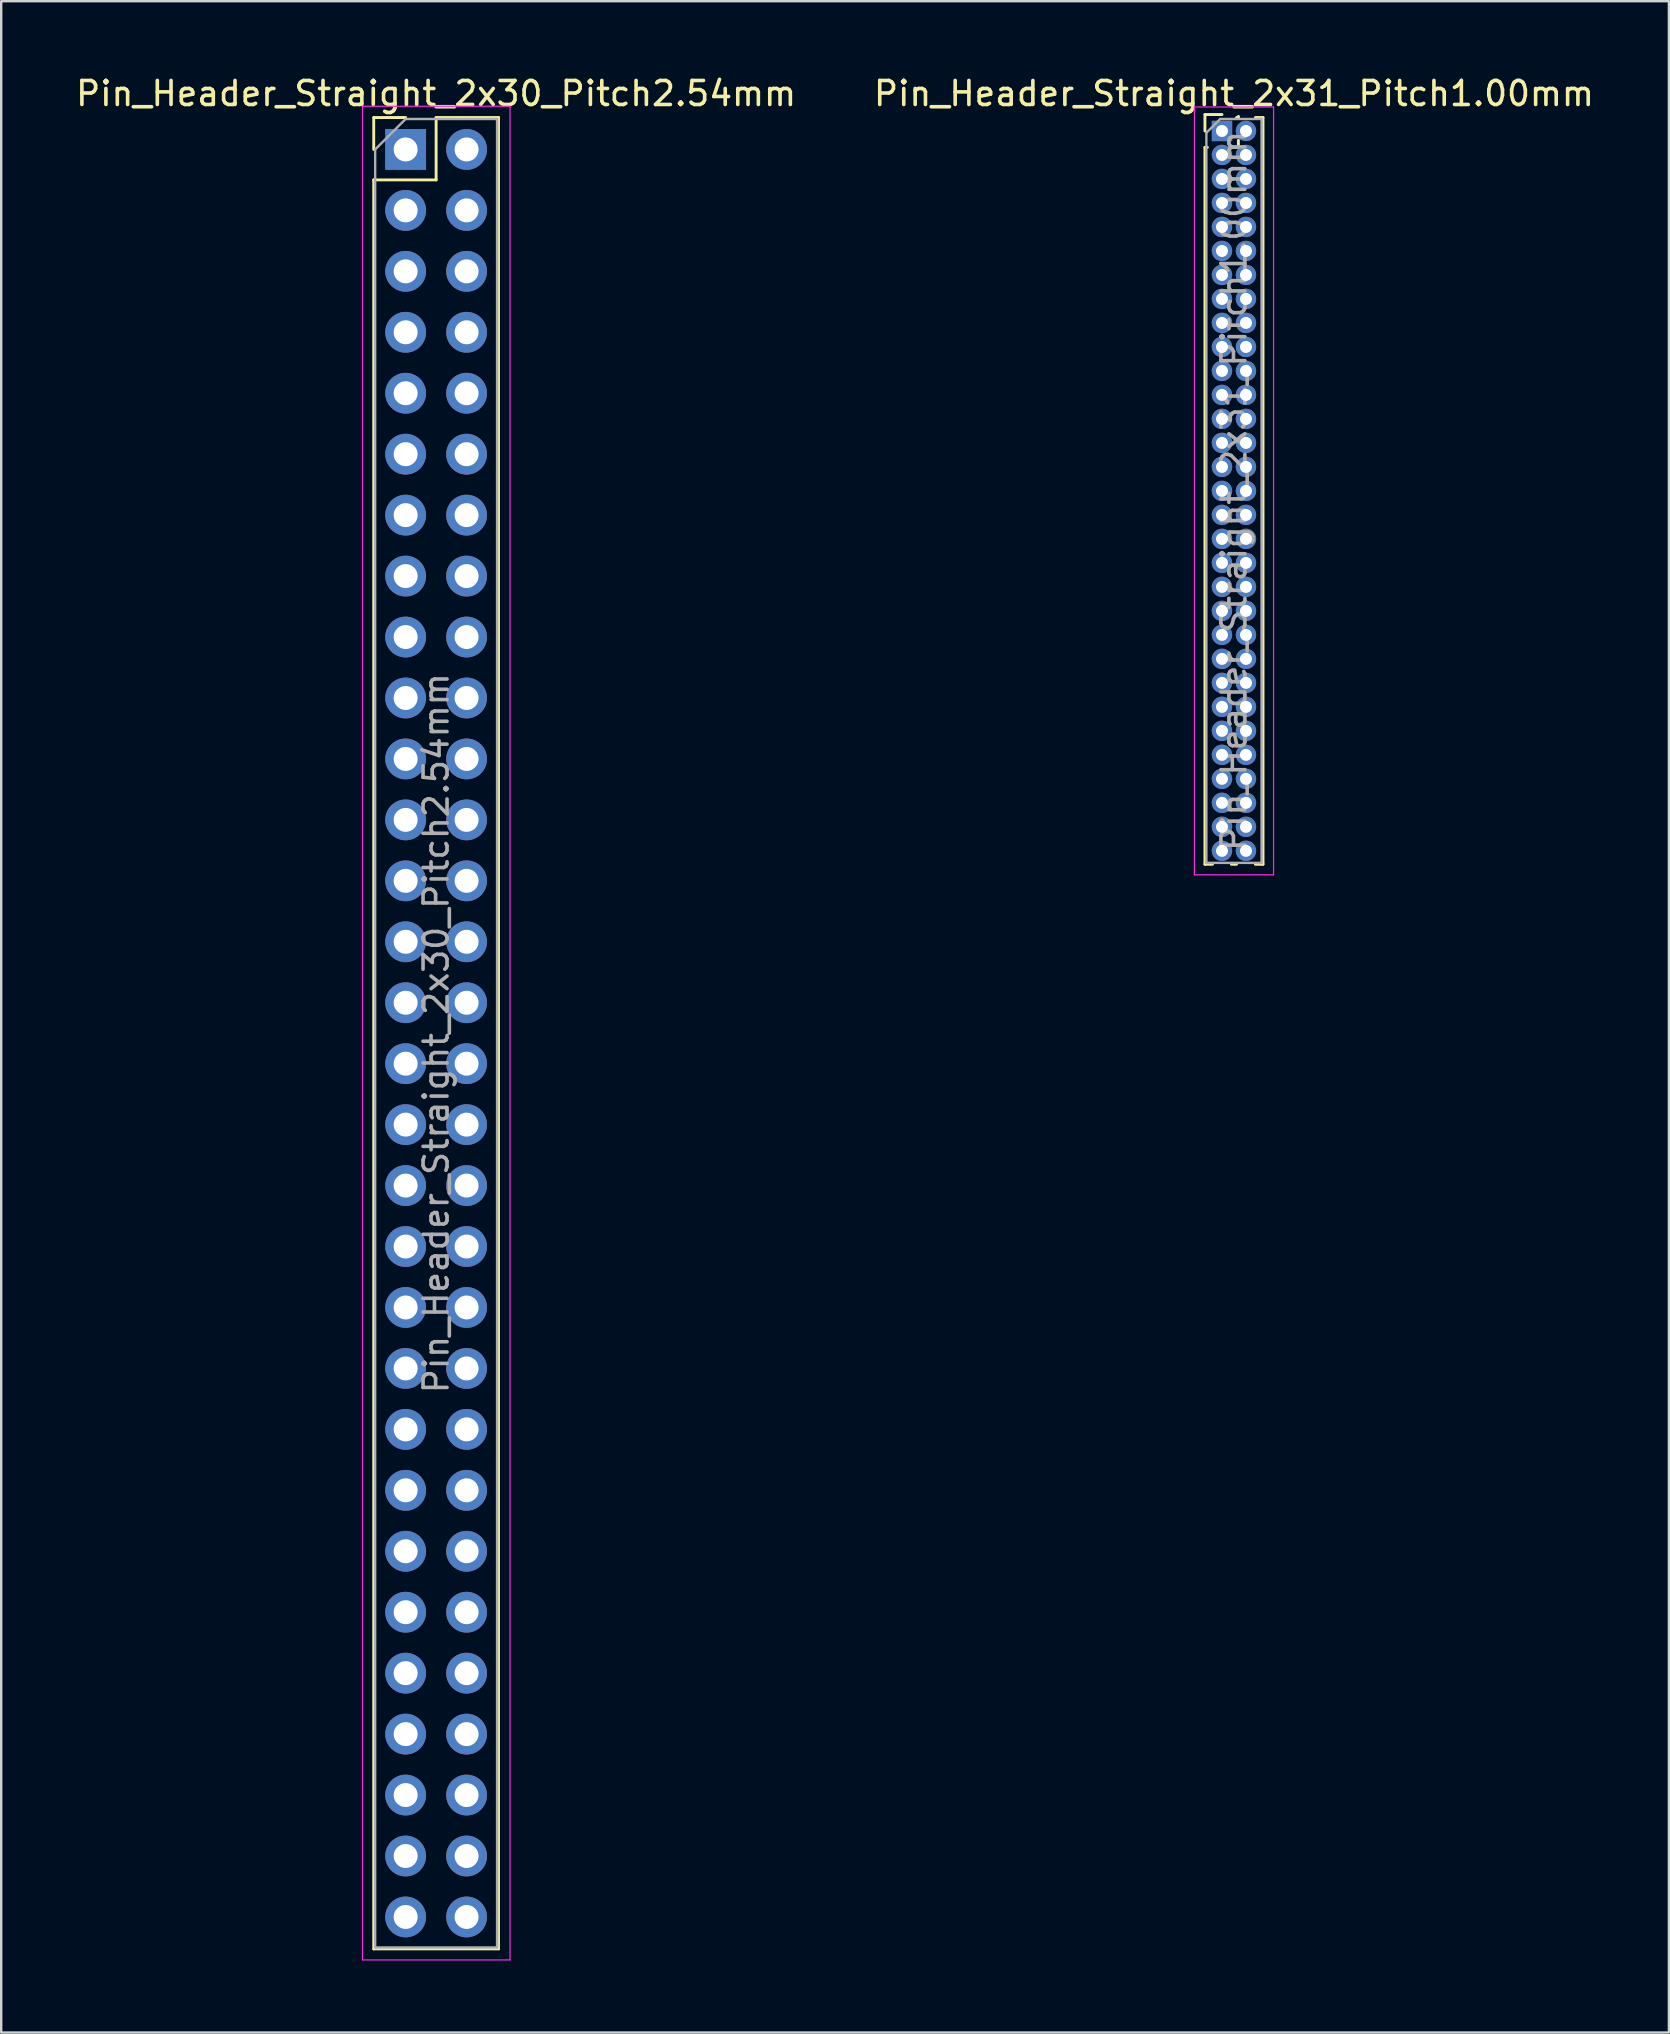
<source format=kicad_pcb>
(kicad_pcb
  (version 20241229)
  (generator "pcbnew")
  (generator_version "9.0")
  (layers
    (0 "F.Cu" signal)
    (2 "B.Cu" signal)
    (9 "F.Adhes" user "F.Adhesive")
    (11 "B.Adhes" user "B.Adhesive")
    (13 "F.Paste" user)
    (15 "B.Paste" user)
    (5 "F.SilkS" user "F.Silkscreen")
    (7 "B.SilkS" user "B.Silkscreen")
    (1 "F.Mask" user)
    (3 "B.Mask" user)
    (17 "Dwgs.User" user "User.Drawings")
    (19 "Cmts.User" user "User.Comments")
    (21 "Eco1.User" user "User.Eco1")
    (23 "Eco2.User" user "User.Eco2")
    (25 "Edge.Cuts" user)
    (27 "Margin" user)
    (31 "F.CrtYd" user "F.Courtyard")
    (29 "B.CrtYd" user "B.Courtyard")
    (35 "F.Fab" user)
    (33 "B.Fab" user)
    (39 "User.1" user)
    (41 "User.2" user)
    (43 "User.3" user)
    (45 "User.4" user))
  (footprint "Pin_Header_Straight_2x30_Pitch2.54mm"
    (layer "F.Cu")
    (at 13.855 3.178)
    (property "Reference" "Pin_Header_Straight_2x30_Pitch2.54mm" (at 1.27 -2.33 0) (layer "F.SilkS") (effects (font (size 1 1) (thickness 0.15))))
    (attr through_hole)
    (fp_line (start -1.33 -1.33) (end 0 -1.33) (stroke (width 0.12) (type solid)) (layer "F.SilkS"))
    (fp_line (start -1.33 0) (end -1.33 -1.33) (stroke (width 0.12) (type solid)) (layer "F.SilkS"))
    (fp_line (start -1.33 1.27) (end -1.33 74.99) (stroke (width 0.12) (type solid)) (layer "F.SilkS"))
    (fp_line (start -1.33 74.99) (end 3.87 74.99) (stroke (width 0.12) (type solid)) (layer "F.SilkS"))
    (fp_line (start 1.27 -1.33) (end 1.27 1.27) (stroke (width 0.12) (type solid)) (layer "F.SilkS"))
    (fp_line (start 1.27 1.27) (end -1.33 1.27) (stroke (width 0.12) (type solid)) (layer "F.SilkS"))
    (fp_line (start 3.87 -1.33) (end 1.27 -1.33) (stroke (width 0.12) (type solid)) (layer "F.SilkS"))
    (fp_line (start 3.87 74.99) (end 3.87 -1.33) (stroke (width 0.12) (type solid)) (layer "F.SilkS"))
    (fp_line (start -1.8 -1.8) (end -1.8 75.45) (stroke (width 0.05) (type solid)) (layer "F.CrtYd"))
    (fp_line (start -1.8 75.45) (end 4.35 75.45) (stroke (width 0.05) (type solid)) (layer "F.CrtYd"))
    (fp_line (start 4.35 -1.8) (end -1.8 -1.8) (stroke (width 0.05) (type solid)) (layer "F.CrtYd"))
    (fp_line (start 4.35 75.45) (end 4.35 -1.8) (stroke (width 0.05) (type solid)) (layer "F.CrtYd"))
    (fp_line (start -1.27 0) (end 0 -1.27) (stroke (width 0.1) (type solid)) (layer "F.Fab"))
    (fp_line (start -1.27 74.93) (end -1.27 0) (stroke (width 0.1) (type solid)) (layer "F.Fab"))
    (fp_line (start 0 -1.27) (end 3.81 -1.27) (stroke (width 0.1) (type solid)) (layer "F.Fab"))
    (fp_line (start 3.81 -1.27) (end 3.81 74.93) (stroke (width 0.1) (type solid)) (layer "F.Fab"))
    (fp_line (start 3.81 74.93) (end -1.27 74.93) (stroke (width 0.1) (type solid)) (layer "F.Fab"))
    (fp_text user "${REFERENCE}" (at 1.27 36.83 90) (layer "F.Fab") (effects (font (size 1 1) (thickness 0.15))))
    (pad "1" thru_hole rect (at 0 0) (size 1.7 1.7) (drill 1) (layers "*.Cu" "*.Mask"))
    (pad "2" thru_hole oval (at 2.54 0) (size 1.7 1.7) (drill 1) (layers "*.Cu" "*.Mask"))
    (pad "3" thru_hole oval (at 0 2.54) (size 1.7 1.7) (drill 1) (layers "*.Cu" "*.Mask"))
    (pad "4" thru_hole oval (at 2.54 2.54) (size 1.7 1.7) (drill 1) (layers "*.Cu" "*.Mask"))
    (pad "5" thru_hole oval (at 0 5.08) (size 1.7 1.7) (drill 1) (layers "*.Cu" "*.Mask"))
    (pad "6" thru_hole oval (at 2.54 5.08) (size 1.7 1.7) (drill 1) (layers "*.Cu" "*.Mask"))
    (pad "7" thru_hole oval (at 0 7.62) (size 1.7 1.7) (drill 1) (layers "*.Cu" "*.Mask"))
    (pad "8" thru_hole oval (at 2.54 7.62) (size 1.7 1.7) (drill 1) (layers "*.Cu" "*.Mask"))
    (pad "9" thru_hole oval (at 0 10.16) (size 1.7 1.7) (drill 1) (layers "*.Cu" "*.Mask"))
    (pad "10" thru_hole oval (at 2.54 10.16) (size 1.7 1.7) (drill 1) (layers "*.Cu" "*.Mask"))
    (pad "11" thru_hole oval (at 0 12.7) (size 1.7 1.7) (drill 1) (layers "*.Cu" "*.Mask"))
    (pad "12" thru_hole oval (at 2.54 12.7) (size 1.7 1.7) (drill 1) (layers "*.Cu" "*.Mask"))
    (pad "13" thru_hole oval (at 0 15.24) (size 1.7 1.7) (drill 1) (layers "*.Cu" "*.Mask"))
    (pad "14" thru_hole oval (at 2.54 15.24) (size 1.7 1.7) (drill 1) (layers "*.Cu" "*.Mask"))
    (pad "15" thru_hole oval (at 0 17.78) (size 1.7 1.7) (drill 1) (layers "*.Cu" "*.Mask"))
    (pad "16" thru_hole oval (at 2.54 17.78) (size 1.7 1.7) (drill 1) (layers "*.Cu" "*.Mask"))
    (pad "17" thru_hole oval (at 0 20.32) (size 1.7 1.7) (drill 1) (layers "*.Cu" "*.Mask"))
    (pad "18" thru_hole oval (at 2.54 20.32) (size 1.7 1.7) (drill 1) (layers "*.Cu" "*.Mask"))
    (pad "19" thru_hole oval (at 0 22.86) (size 1.7 1.7) (drill 1) (layers "*.Cu" "*.Mask"))
    (pad "20" thru_hole oval (at 2.54 22.86) (size 1.7 1.7) (drill 1) (layers "*.Cu" "*.Mask"))
    (pad "21" thru_hole oval (at 0 25.4) (size 1.7 1.7) (drill 1) (layers "*.Cu" "*.Mask"))
    (pad "22" thru_hole oval (at 2.54 25.4) (size 1.7 1.7) (drill 1) (layers "*.Cu" "*.Mask"))
    (pad "23" thru_hole oval (at 0 27.94) (size 1.7 1.7) (drill 1) (layers "*.Cu" "*.Mask"))
    (pad "24" thru_hole oval (at 2.54 27.94) (size 1.7 1.7) (drill 1) (layers "*.Cu" "*.Mask"))
    (pad "25" thru_hole oval (at 0 30.48) (size 1.7 1.7) (drill 1) (layers "*.Cu" "*.Mask"))
    (pad "26" thru_hole oval (at 2.54 30.48) (size 1.7 1.7) (drill 1) (layers "*.Cu" "*.Mask"))
    (pad "27" thru_hole oval (at 0 33.02) (size 1.7 1.7) (drill 1) (layers "*.Cu" "*.Mask"))
    (pad "28" thru_hole oval (at 2.54 33.02) (size 1.7 1.7) (drill 1) (layers "*.Cu" "*.Mask"))
    (pad "29" thru_hole oval (at 0 35.56) (size 1.7 1.7) (drill 1) (layers "*.Cu" "*.Mask"))
    (pad "30" thru_hole oval (at 2.54 35.56) (size 1.7 1.7) (drill 1) (layers "*.Cu" "*.Mask"))
    (pad "31" thru_hole oval (at 0 38.1) (size 1.7 1.7) (drill 1) (layers "*.Cu" "*.Mask"))
    (pad "32" thru_hole oval (at 2.54 38.1) (size 1.7 1.7) (drill 1) (layers "*.Cu" "*.Mask"))
    (pad "33" thru_hole oval (at 0 40.64) (size 1.7 1.7) (drill 1) (layers "*.Cu" "*.Mask"))
    (pad "34" thru_hole oval (at 2.54 40.64) (size 1.7 1.7) (drill 1) (layers "*.Cu" "*.Mask"))
    (pad "35" thru_hole oval (at 0 43.18) (size 1.7 1.7) (drill 1) (layers "*.Cu" "*.Mask"))
    (pad "36" thru_hole oval (at 2.54 43.18) (size 1.7 1.7) (drill 1) (layers "*.Cu" "*.Mask"))
    (pad "37" thru_hole oval (at 0 45.72) (size 1.7 1.7) (drill 1) (layers "*.Cu" "*.Mask"))
    (pad "38" thru_hole oval (at 2.54 45.72) (size 1.7 1.7) (drill 1) (layers "*.Cu" "*.Mask"))
    (pad "39" thru_hole oval (at 0 48.26) (size 1.7 1.7) (drill 1) (layers "*.Cu" "*.Mask"))
    (pad "40" thru_hole oval (at 2.54 48.26) (size 1.7 1.7) (drill 1) (layers "*.Cu" "*.Mask"))
    (pad "41" thru_hole oval (at 0 50.8) (size 1.7 1.7) (drill 1) (layers "*.Cu" "*.Mask"))
    (pad "42" thru_hole oval (at 2.54 50.8) (size 1.7 1.7) (drill 1) (layers "*.Cu" "*.Mask"))
    (pad "43" thru_hole oval (at 0 53.34) (size 1.7 1.7) (drill 1) (layers "*.Cu" "*.Mask"))
    (pad "44" thru_hole oval (at 2.54 53.34) (size 1.7 1.7) (drill 1) (layers "*.Cu" "*.Mask"))
    (pad "45" thru_hole oval (at 0 55.88) (size 1.7 1.7) (drill 1) (layers "*.Cu" "*.Mask"))
    (pad "46" thru_hole oval (at 2.54 55.88) (size 1.7 1.7) (drill 1) (layers "*.Cu" "*.Mask"))
    (pad "47" thru_hole oval (at 0 58.42) (size 1.7 1.7) (drill 1) (layers "*.Cu" "*.Mask"))
    (pad "48" thru_hole oval (at 2.54 58.42) (size 1.7 1.7) (drill 1) (layers "*.Cu" "*.Mask"))
    (pad "49" thru_hole oval (at 0 60.96) (size 1.7 1.7) (drill 1) (layers "*.Cu" "*.Mask"))
    (pad "50" thru_hole oval (at 2.54 60.96) (size 1.7 1.7) (drill 1) (layers "*.Cu" "*.Mask"))
    (pad "51" thru_hole oval (at 0 63.5) (size 1.7 1.7) (drill 1) (layers "*.Cu" "*.Mask"))
    (pad "52" thru_hole oval (at 2.54 63.5) (size 1.7 1.7) (drill 1) (layers "*.Cu" "*.Mask"))
    (pad "53" thru_hole oval (at 0 66.04) (size 1.7 1.7) (drill 1) (layers "*.Cu" "*.Mask"))
    (pad "54" thru_hole oval (at 2.54 66.04) (size 1.7 1.7) (drill 1) (layers "*.Cu" "*.Mask"))
    (pad "55" thru_hole oval (at 0 68.58) (size 1.7 1.7) (drill 1) (layers "*.Cu" "*.Mask"))
    (pad "56" thru_hole oval (at 2.54 68.58) (size 1.7 1.7) (drill 1) (layers "*.Cu" "*.Mask"))
    (pad "57" thru_hole oval (at 0 71.12) (size 1.7 1.7) (drill 1) (layers "*.Cu" "*.Mask"))
    (pad "58" thru_hole oval (at 2.54 71.12) (size 1.7 1.7) (drill 1) (layers "*.Cu" "*.Mask"))
    (pad "59" thru_hole oval (at 0 73.66) (size 1.7 1.7) (drill 1) (layers "*.Cu" "*.Mask"))
    (pad "60" thru_hole oval (at 2.54 73.66) (size 1.7 1.7) (drill 1) (layers "*.Cu" "*.Mask")))
  (footprint "Pin_Header_Straight_2x31_Pitch1.00mm"
    (layer "F.Cu")
    (at 47.875 2.408)
    (property "Reference" "Pin_Header_Straight_2x31_Pitch1.00mm" (at 0.5 -1.56 0) (layer "F.SilkS") (effects (font (size 1 1) (thickness 0.15))))
    (attr through_hole)
    (fp_line (start -0.71 -0.685) (end 0 -0.685) (stroke (width 0.12) (type solid)) (layer "F.SilkS"))
    (fp_line (start -0.71 0) (end -0.71 -0.685) (stroke (width 0.12) (type solid)) (layer "F.SilkS"))
    (fp_line (start -0.71 0.685) (end -0.71 30.56) (stroke (width 0.12) (type solid)) (layer "F.SilkS"))
    (fp_line (start -0.71 0.685) (end -0.608 0.685) (stroke (width 0.12) (type solid)) (layer "F.SilkS"))
    (fp_line (start -0.71 30.56) (end -0.394 30.56) (stroke (width 0.12) (type solid)) (layer "F.SilkS"))
    (fp_line (start 0.394 30.56) (end 0.606 30.56) (stroke (width 0.12) (type solid)) (layer "F.SilkS"))
    (fp_line (start 0.608 0.685) (end 0.392 0.685) (stroke (width 0.12) (type solid)) (layer "F.SilkS"))
    (fp_line (start 0.685 -0.608) (end 0.685 -0.56) (stroke (width 0.12) (type solid)) (layer "F.SilkS"))
    (fp_line (start 0.685 -0.56) (end 0.606 -0.56) (stroke (width 0.12) (type solid)) (layer "F.SilkS"))
    (fp_line (start 0.685 0.392) (end 0.685 0.608) (stroke (width 0.12) (type solid)) (layer "F.SilkS"))
    (fp_line (start 1.394 -0.56) (end 1.71 -0.56) (stroke (width 0.12) (type solid)) (layer "F.SilkS"))
    (fp_line (start 1.394 30.56) (end 1.71 30.56) (stroke (width 0.12) (type solid)) (layer "F.SilkS"))
    (fp_line (start 1.71 -0.56) (end 1.71 30.56) (stroke (width 0.12) (type solid)) (layer "F.SilkS"))
    (fp_line (start -1.15 -1) (end -1.15 31) (stroke (width 0.05) (type solid)) (layer "F.CrtYd"))
    (fp_line (start -1.15 31) (end 2.15 31) (stroke (width 0.05) (type solid)) (layer "F.CrtYd"))
    (fp_line (start 2.15 -1) (end -1.15 -1) (stroke (width 0.05) (type solid)) (layer "F.CrtYd"))
    (fp_line (start 2.15 31) (end 2.15 -1) (stroke (width 0.05) (type solid)) (layer "F.CrtYd"))
    (fp_line (start -0.65 0.075) (end -0.075 -0.5) (stroke (width 0.1) (type solid)) (layer "F.Fab"))
    (fp_line (start -0.65 30.5) (end -0.65 0.075) (stroke (width 0.1) (type solid)) (layer "F.Fab"))
    (fp_line (start -0.075 -0.5) (end 1.65 -0.5) (stroke (width 0.1) (type solid)) (layer "F.Fab"))
    (fp_line (start 1.65 -0.5) (end 1.65 30.5) (stroke (width 0.1) (type solid)) (layer "F.Fab"))
    (fp_line (start 1.65 30.5) (end -0.65 30.5) (stroke (width 0.1) (type solid)) (layer "F.Fab"))
    (fp_text user "${REFERENCE}" (at 0.5 15 90) (layer "F.Fab") (effects (font (size 1 1) (thickness 0.15))))
    (pad "1" thru_hole rect (at 0 0) (size 0.85 0.85) (drill 0.5) (layers "*.Cu" "*.Mask"))
    (pad "2" thru_hole oval (at 1 0) (size 0.85 0.85) (drill 0.5) (layers "*.Cu" "*.Mask"))
    (pad "3" thru_hole oval (at 0 1) (size 0.85 0.85) (drill 0.5) (layers "*.Cu" "*.Mask"))
    (pad "4" thru_hole oval (at 1 1) (size 0.85 0.85) (drill 0.5) (layers "*.Cu" "*.Mask"))
    (pad "5" thru_hole oval (at 0 2) (size 0.85 0.85) (drill 0.5) (layers "*.Cu" "*.Mask"))
    (pad "6" thru_hole oval (at 1 2) (size 0.85 0.85) (drill 0.5) (layers "*.Cu" "*.Mask"))
    (pad "7" thru_hole oval (at 0 3) (size 0.85 0.85) (drill 0.5) (layers "*.Cu" "*.Mask"))
    (pad "8" thru_hole oval (at 1 3) (size 0.85 0.85) (drill 0.5) (layers "*.Cu" "*.Mask"))
    (pad "9" thru_hole oval (at 0 4) (size 0.85 0.85) (drill 0.5) (layers "*.Cu" "*.Mask"))
    (pad "10" thru_hole oval (at 1 4) (size 0.85 0.85) (drill 0.5) (layers "*.Cu" "*.Mask"))
    (pad "11" thru_hole oval (at 0 5) (size 0.85 0.85) (drill 0.5) (layers "*.Cu" "*.Mask"))
    (pad "12" thru_hole oval (at 1 5) (size 0.85 0.85) (drill 0.5) (layers "*.Cu" "*.Mask"))
    (pad "13" thru_hole oval (at 0 6) (size 0.85 0.85) (drill 0.5) (layers "*.Cu" "*.Mask"))
    (pad "14" thru_hole oval (at 1 6) (size 0.85 0.85) (drill 0.5) (layers "*.Cu" "*.Mask"))
    (pad "15" thru_hole oval (at 0 7) (size 0.85 0.85) (drill 0.5) (layers "*.Cu" "*.Mask"))
    (pad "16" thru_hole oval (at 1 7) (size 0.85 0.85) (drill 0.5) (layers "*.Cu" "*.Mask"))
    (pad "17" thru_hole oval (at 0 8) (size 0.85 0.85) (drill 0.5) (layers "*.Cu" "*.Mask"))
    (pad "18" thru_hole oval (at 1 8) (size 0.85 0.85) (drill 0.5) (layers "*.Cu" "*.Mask"))
    (pad "19" thru_hole oval (at 0 9) (size 0.85 0.85) (drill 0.5) (layers "*.Cu" "*.Mask"))
    (pad "20" thru_hole oval (at 1 9) (size 0.85 0.85) (drill 0.5) (layers "*.Cu" "*.Mask"))
    (pad "21" thru_hole oval (at 0 10) (size 0.85 0.85) (drill 0.5) (layers "*.Cu" "*.Mask"))
    (pad "22" thru_hole oval (at 1 10) (size 0.85 0.85) (drill 0.5) (layers "*.Cu" "*.Mask"))
    (pad "23" thru_hole oval (at 0 11) (size 0.85 0.85) (drill 0.5) (layers "*.Cu" "*.Mask"))
    (pad "24" thru_hole oval (at 1 11) (size 0.85 0.85) (drill 0.5) (layers "*.Cu" "*.Mask"))
    (pad "25" thru_hole oval (at 0 12) (size 0.85 0.85) (drill 0.5) (layers "*.Cu" "*.Mask"))
    (pad "26" thru_hole oval (at 1 12) (size 0.85 0.85) (drill 0.5) (layers "*.Cu" "*.Mask"))
    (pad "27" thru_hole oval (at 0 13) (size 0.85 0.85) (drill 0.5) (layers "*.Cu" "*.Mask"))
    (pad "28" thru_hole oval (at 1 13) (size 0.85 0.85) (drill 0.5) (layers "*.Cu" "*.Mask"))
    (pad "29" thru_hole oval (at 0 14) (size 0.85 0.85) (drill 0.5) (layers "*.Cu" "*.Mask"))
    (pad "30" thru_hole oval (at 1 14) (size 0.85 0.85) (drill 0.5) (layers "*.Cu" "*.Mask"))
    (pad "31" thru_hole oval (at 0 15) (size 0.85 0.85) (drill 0.5) (layers "*.Cu" "*.Mask"))
    (pad "32" thru_hole oval (at 1 15) (size 0.85 0.85) (drill 0.5) (layers "*.Cu" "*.Mask"))
    (pad "33" thru_hole oval (at 0 16) (size 0.85 0.85) (drill 0.5) (layers "*.Cu" "*.Mask"))
    (pad "34" thru_hole oval (at 1 16) (size 0.85 0.85) (drill 0.5) (layers "*.Cu" "*.Mask"))
    (pad "35" thru_hole oval (at 0 17) (size 0.85 0.85) (drill 0.5) (layers "*.Cu" "*.Mask"))
    (pad "36" thru_hole oval (at 1 17) (size 0.85 0.85) (drill 0.5) (layers "*.Cu" "*.Mask"))
    (pad "37" thru_hole oval (at 0 18) (size 0.85 0.85) (drill 0.5) (layers "*.Cu" "*.Mask"))
    (pad "38" thru_hole oval (at 1 18) (size 0.85 0.85) (drill 0.5) (layers "*.Cu" "*.Mask"))
    (pad "39" thru_hole oval (at 0 19) (size 0.85 0.85) (drill 0.5) (layers "*.Cu" "*.Mask"))
    (pad "40" thru_hole oval (at 1 19) (size 0.85 0.85) (drill 0.5) (layers "*.Cu" "*.Mask"))
    (pad "41" thru_hole oval (at 0 20) (size 0.85 0.85) (drill 0.5) (layers "*.Cu" "*.Mask"))
    (pad "42" thru_hole oval (at 1 20) (size 0.85 0.85) (drill 0.5) (layers "*.Cu" "*.Mask"))
    (pad "43" thru_hole oval (at 0 21) (size 0.85 0.85) (drill 0.5) (layers "*.Cu" "*.Mask"))
    (pad "44" thru_hole oval (at 1 21) (size 0.85 0.85) (drill 0.5) (layers "*.Cu" "*.Mask"))
    (pad "45" thru_hole oval (at 0 22) (size 0.85 0.85) (drill 0.5) (layers "*.Cu" "*.Mask"))
    (pad "46" thru_hole oval (at 1 22) (size 0.85 0.85) (drill 0.5) (layers "*.Cu" "*.Mask"))
    (pad "47" thru_hole oval (at 0 23) (size 0.85 0.85) (drill 0.5) (layers "*.Cu" "*.Mask"))
    (pad "48" thru_hole oval (at 1 23) (size 0.85 0.85) (drill 0.5) (layers "*.Cu" "*.Mask"))
    (pad "49" thru_hole oval (at 0 24) (size 0.85 0.85) (drill 0.5) (layers "*.Cu" "*.Mask"))
    (pad "50" thru_hole oval (at 1 24) (size 0.85 0.85) (drill 0.5) (layers "*.Cu" "*.Mask"))
    (pad "51" thru_hole oval (at 0 25) (size 0.85 0.85) (drill 0.5) (layers "*.Cu" "*.Mask"))
    (pad "52" thru_hole oval (at 1 25) (size 0.85 0.85) (drill 0.5) (layers "*.Cu" "*.Mask"))
    (pad "53" thru_hole oval (at 0 26) (size 0.85 0.85) (drill 0.5) (layers "*.Cu" "*.Mask"))
    (pad "54" thru_hole oval (at 1 26) (size 0.85 0.85) (drill 0.5) (layers "*.Cu" "*.Mask"))
    (pad "55" thru_hole oval (at 0 27) (size 0.85 0.85) (drill 0.5) (layers "*.Cu" "*.Mask"))
    (pad "56" thru_hole oval (at 1 27) (size 0.85 0.85) (drill 0.5) (layers "*.Cu" "*.Mask"))
    (pad "57" thru_hole oval (at 0 28) (size 0.85 0.85) (drill 0.5) (layers "*.Cu" "*.Mask"))
    (pad "58" thru_hole oval (at 1 28) (size 0.85 0.85) (drill 0.5) (layers "*.Cu" "*.Mask"))
    (pad "59" thru_hole oval (at 0 29) (size 0.85 0.85) (drill 0.5) (layers "*.Cu" "*.Mask"))
    (pad "60" thru_hole oval (at 1 29) (size 0.85 0.85) (drill 0.5) (layers "*.Cu" "*.Mask"))
    (pad "61" thru_hole oval (at 0 30) (size 0.85 0.85) (drill 0.5) (layers "*.Cu" "*.Mask"))
    (pad "62" thru_hole oval (at 1 30) (size 0.85 0.85) (drill 0.5) (layers "*.Cu" "*.Mask")))
  (gr_rect
    (start -3 -3)
    (end 66.5 81.653)
    (stroke (width 0.1) (type default))
    (fill no)
    (layer "Edge.Cuts")))
</source>
